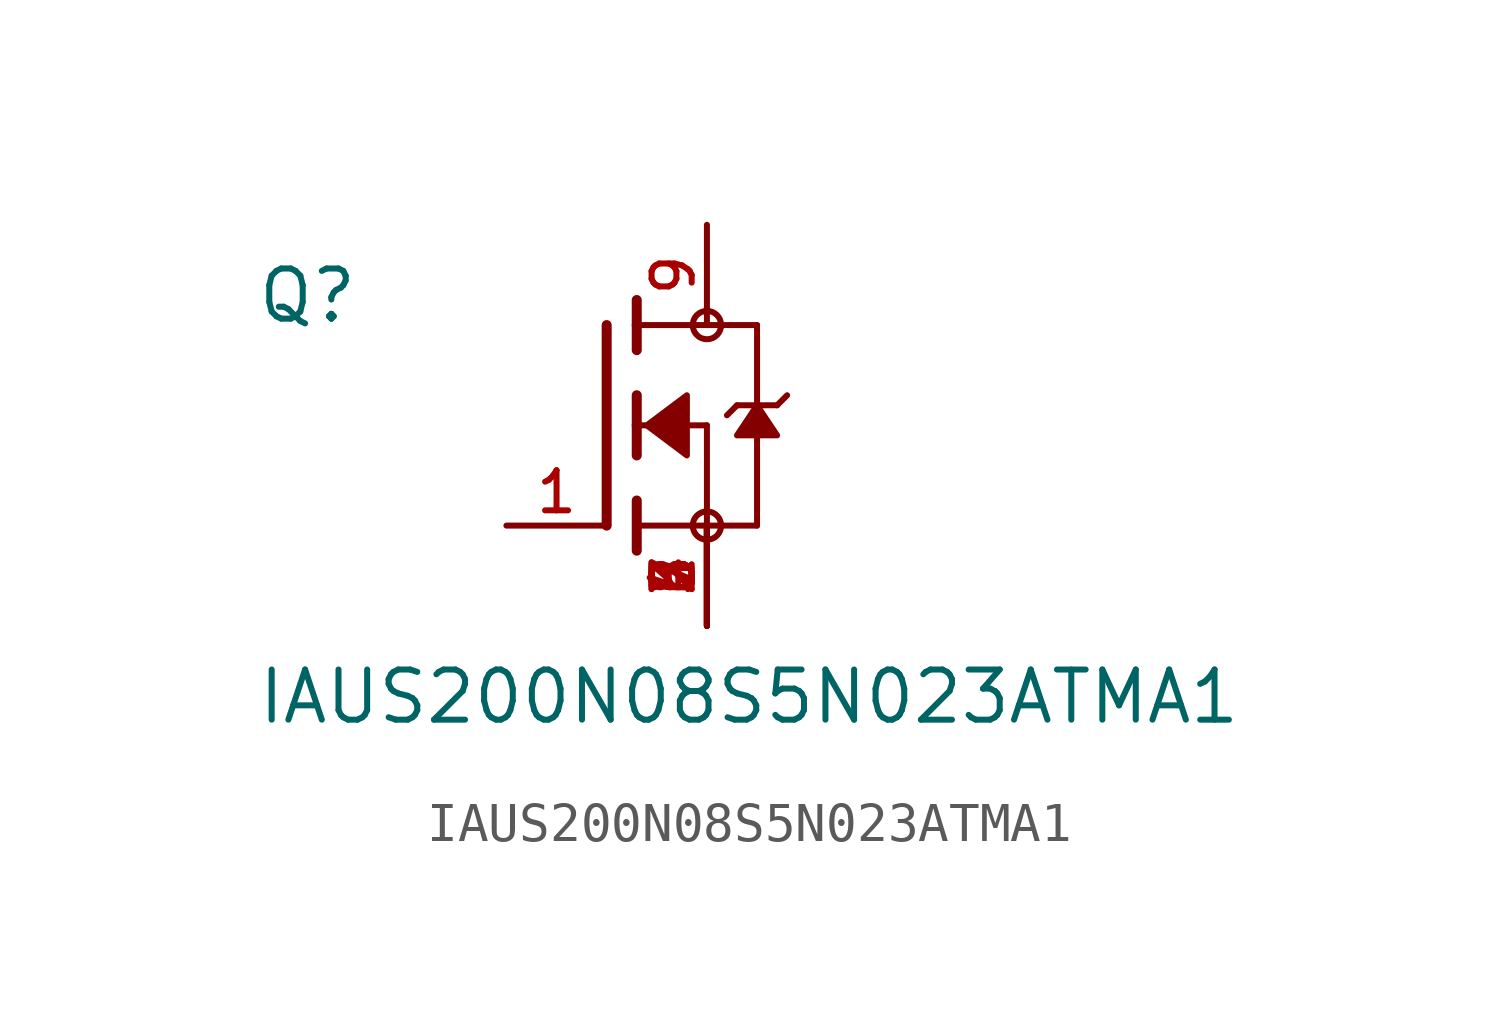
<source format=kicad_sym>
(kicad_symbol_lib
  (version 20211014)
  (generator kicad_symbol_editor)
  (symbol "IAUS200N08S5N023ATMA1"
    (pin_names
      (offset 1.016))
    (property "Reference" "Q"
      (at -8.89 2.54 0)
      (effects (font (size 1.27 1.27)) (justify bottom left)))
    (property "Value" "IAUS200N08S5N023ATMA1"
      (at -8.89 -7.62 0)
      (effects (font (size 1.27 1.27)) (justify bottom left)))
    (symbol "IAUS200N08S5N023ATMA1_0_0"
      (polyline (pts (xy 0.762 0.762) (xy 0.762 0.0)) (stroke (width 0.254)))
      (polyline (pts (xy 0.762 0.0) (xy 0.762 -0.762)) (stroke (width 0.254)))
      (polyline (pts (xy 0.762 3.175) (xy 0.762 2.54)) (stroke (width 0.254)))
      (polyline (pts (xy 0.762 2.54) (xy 0.762 1.905)) (stroke (width 0.254)))
      (polyline (pts (xy 0.762 0.0) (xy 2.54 0.0)) (stroke (width 0.152)))
      (polyline (pts (xy 2.54 0.0) (xy 2.54 -2.54)) (stroke (width 0.152)))
      (polyline (pts (xy 0.762 -1.905) (xy 0.762 -3.175)) (stroke (width 0.254)))
      (polyline (pts (xy 0.0 2.54) (xy 0.0 -2.54)) (stroke (width 0.254)))
      (polyline (pts (xy 3.81 -2.54) (xy 0.762 -2.54)) (stroke (width 0.152)))
      (polyline (pts (xy 3.81 2.54) (xy 3.81 0.508)) (stroke (width 0.152)))
      (polyline (pts (xy 3.81 0.508) (xy 3.81 -2.54)) (stroke (width 0.152)))
      (polyline (pts (xy 0.762 2.54) (xy 3.81 2.54)) (stroke (width 0.152)))
      (polyline (pts (xy 4.572 0.762) (xy 4.318 0.508)) (stroke (width 0.152)))
      (polyline (pts (xy 4.318 0.508) (xy 3.81 0.508)) (stroke (width 0.152)))
      (polyline (pts (xy 3.81 0.508) (xy 3.302 0.508)) (stroke (width 0.152)))
      (polyline (pts (xy 3.302 0.508) (xy 3.048 0.254)) (stroke (width 0.152)))
      (circle (center 2.54 -2.54) (radius 0.359) (stroke (width 0.0)) (fill (type none)))
      (circle (center 2.54 2.54) (radius 0.359) (stroke (width 0.0)) (fill (type none)))
      (polyline (pts (xy 3.81 0.508) (xy 3.302 -0.254) (xy 4.318 -0.254) (xy 3.81 0.508)) (stroke (width 0.152)) (fill (type outline)))
      (polyline (pts (xy 1.016 0.0) (xy 2.032 0.762) (xy 2.032 -0.762) (xy 1.016 0.0)) (stroke (width 0.152)) (fill (type outline)))
      (pin passive line (at 2.54 -5.08 90.0) (length 2.54) (name "~" (effects (font (size 1.016 1.016)))) (number "2" (effects (font (size 1.016 1.016)))))
      (pin passive line (at -2.54 -2.54 0) (length 2.54) (name "~" (effects (font (size 1.016 1.016)))) (number "1" (effects (font (size 1.016 1.016)))))
      (pin passive line (at 2.54 5.08 270.0) (length 2.54) (name "~" (effects (font (size 1.016 1.016)))) (number "9" (effects (font (size 1.016 1.016)))))
      (pin passive line (at 2.54 -5.08 90.0) (length 2.54) (name "~" (effects (font (size 1.016 1.016)))) (number "3" (effects (font (size 1.016 1.016)))))
      (pin passive line (at 2.54 -5.08 90.0) (length 2.54) (name "~" (effects (font (size 1.016 1.016)))) (number "4" (effects (font (size 1.016 1.016)))))
      (pin passive line (at 2.54 -5.08 90.0) (length 2.54) (name "~" (effects (font (size 1.016 1.016)))) (number "5" (effects (font (size 1.016 1.016)))))
      (pin passive line (at 2.54 -5.08 90.0) (length 2.54) (name "~" (effects (font (size 1.016 1.016)))) (number "6" (effects (font (size 1.016 1.016)))))
      (pin passive line (at 2.54 -5.08 90.0) (length 2.54) (name "~" (effects (font (size 1.016 1.016)))) (number "7" (effects (font (size 1.016 1.016)))))
      (pin passive line (at 2.54 -5.08 90.0) (length 2.54) (name "~" (effects (font (size 1.016 1.016)))) (number "8" (effects (font (size 1.016 1.016))))))))
</source>
